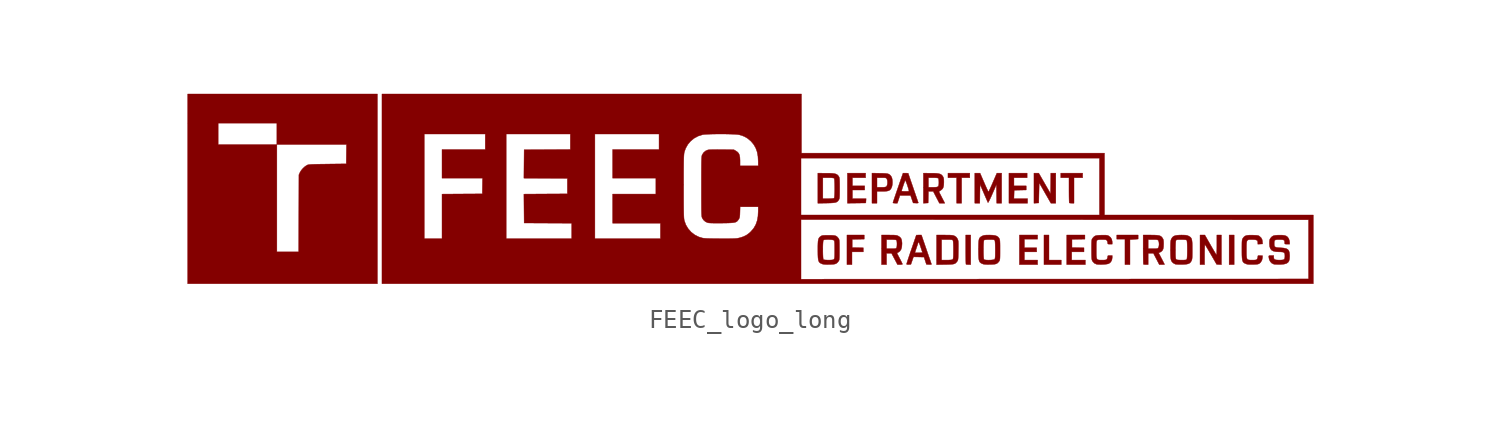
<source format=kicad_sym>
(kicad_symbol_lib
  (version 20220914)
  (generator kicad_symbol_editor)
  (symbol "FEEC_logo_long"
    (pin_names
      (offset 1.016))
    (property "Reference" "G"
      (at 0 4.411 0)
      (effects (font (size 1.27 1.27)) hide))
    (symbol "FEEC_logo_long_0_0"
      (polyline (pts (xy 25.788 -3.263) (xy 25.788 -2.474) (xy 25.655 -2.474) (xy 25.521 -2.474) (xy 25.521 -3.263) (xy 25.521 -4.051) (xy 25.655 -4.051) (xy 25.788 -4.051) (xy 25.788 -3.263)) (stroke (width 0.01) (type default)) (fill (type outline)))
      (polyline (pts (xy 16.569 -3.93) (xy 16.569 -3.809) (xy 16.242 -3.809) (xy 15.914 -3.809) (xy 15.914 -3.142) (xy 15.914 -2.474) (xy 15.781 -2.474) (xy 15.648 -2.474) (xy 15.648 -3.263) (xy 15.648 -4.051) (xy 16.108 -4.051) (xy 16.569 -4.051) (xy 16.569 -3.93)) (stroke (width 0.01) (type default)) (fill (type outline)))
      (polyline (pts (xy 11.257 -0.097) (xy 11.257 0.582) (xy 11.475 0.582) (xy 11.693 0.582) (xy 11.693 0.704) (xy 11.693 0.825) (xy 11.111 0.825) (xy 10.529 0.825) (xy 10.529 0.704) (xy 10.529 0.582) (xy 10.759 0.582) (xy 10.99 0.582) (xy 10.99 -0.097) (xy 10.99 -0.776) (xy 11.123 -0.776) (xy 11.257 -0.776) (xy 11.257 -0.097)) (stroke (width 0.01) (type default)) (fill (type outline)))
      (polyline (pts (xy 11.742 -3.263) (xy 11.742 -2.474) (xy 11.608 -2.474) (xy 11.475 -2.474) (xy 11.475 -3.247) (xy 11.475 -3.35) (xy 11.476 -3.532) (xy 11.478 -3.694) (xy 11.48 -3.831) (xy 11.483 -3.938) (xy 11.487 -4.008) (xy 11.491 -4.035) (xy 11.503 -4.04) (xy 11.553 -4.048) (xy 11.624 -4.051) (xy 11.742 -4.051) (xy 11.742 -3.263)) (stroke (width 0.01) (type default)) (fill (type outline)))
      (polyline (pts (xy 20.233 -3.386) (xy 20.233 -2.721) (xy 20.451 -2.704) (xy 20.669 -2.687) (xy 20.669 -2.58) (xy 20.669 -2.474) (xy 20.099 -2.474) (xy 19.529 -2.474) (xy 19.529 -2.584) (xy 19.529 -2.693) (xy 19.747 -2.693) (xy 19.966 -2.693) (xy 19.966 -3.372) (xy 19.966 -4.051) (xy 20.099 -4.051) (xy 20.233 -4.051) (xy 20.233 -3.386)) (stroke (width 0.01) (type default)) (fill (type outline)))
      (polyline (pts (xy 5.41 -3.712) (xy 5.41 -3.372) (xy 5.713 -3.372) (xy 6.016 -3.372) (xy 6.016 -3.264) (xy 6.016 -3.155) (xy 5.719 -3.148) (xy 5.422 -3.142) (xy 5.422 -2.923) (xy 5.422 -2.705) (xy 5.744 -2.698) (xy 6.065 -2.691) (xy 6.065 -2.583) (xy 6.065 -2.474) (xy 5.604 -2.474) (xy 5.143 -2.474) (xy 5.143 -3.263) (xy 5.143 -4.051) (xy 5.277 -4.051) (xy 5.41 -4.051) (xy 5.41 -3.712)) (stroke (width 0.01) (type default)) (fill (type outline)))
      (polyline (pts (xy 15.241 -0.771) (xy 15.369 -0.764) (xy 15.381 -0.226) (xy 15.393 0.312) (xy 15.705 -0.232) (xy 16.017 -0.776) (xy 16.147 -0.776) (xy 16.278 -0.776) (xy 16.278 0.024) (xy 16.278 0.825) (xy 16.145 0.825) (xy 16.012 0.825) (xy 16.006 0.278) (xy 15.999 -0.27) (xy 15.684 0.278) (xy 15.37 0.825) (xy 15.242 0.825) (xy 15.114 0.825) (xy 15.114 0.023) (xy 15.114 -0.779) (xy 15.241 -0.771)) (stroke (width 0.01) (type default)) (fill (type outline)))
      (polyline (pts (xy 5.659 -0.771) (xy 6.15 -0.764) (xy 6.157 -0.649) (xy 6.165 -0.534) (xy 5.799 -0.534) (xy 5.434 -0.534) (xy 5.434 -0.303) (xy 5.434 -0.073) (xy 5.762 -0.073) (xy 6.089 -0.073) (xy 6.089 0.036) (xy 6.089 0.146) (xy 5.762 0.146) (xy 5.434 0.146) (xy 5.434 0.364) (xy 5.434 0.582) (xy 5.786 0.582) (xy 6.138 0.582) (xy 6.138 0.704) (xy 6.138 0.825) (xy 5.652 0.825) (xy 5.167 0.825) (xy 5.167 0.024) (xy 5.167 -0.777) (xy 5.659 -0.771)) (stroke (width 0.01) (type default)) (fill (type outline)))
      (polyline (pts (xy 14.774 -0.655) (xy 14.774 -0.534) (xy 14.409 -0.534) (xy 14.045 -0.534) (xy 14.052 -0.309) (xy 14.059 -0.085) (xy 14.38 -0.078) (xy 14.701 -0.071) (xy 14.701 0.037) (xy 14.701 0.146) (xy 14.374 0.146) (xy 14.046 0.146) (xy 14.046 0.364) (xy 14.046 0.582) (xy 14.398 0.582) (xy 14.75 0.582) (xy 14.75 0.704) (xy 14.75 0.825) (xy 14.265 0.825) (xy 13.78 0.825) (xy 13.78 0.024) (xy 13.78 -0.776) (xy 14.277 -0.776) (xy 14.774 -0.776) (xy 14.774 -0.655)) (stroke (width 0.01) (type default)) (fill (type outline)))
      (polyline (pts (xy 15.308 -3.93) (xy 15.308 -3.809) (xy 14.956 -3.809) (xy 14.604 -3.809) (xy 14.604 -3.59) (xy 14.604 -3.372) (xy 14.932 -3.372) (xy 15.259 -3.372) (xy 15.259 -3.263) (xy 15.259 -3.154) (xy 14.932 -3.154) (xy 14.604 -3.154) (xy 14.604 -2.923) (xy 14.604 -2.693) (xy 14.956 -2.693) (xy 15.308 -2.693) (xy 15.308 -2.584) (xy 15.308 -2.474) (xy 14.823 -2.474) (xy 14.338 -2.474) (xy 14.338 -3.263) (xy 14.338 -4.051) (xy 14.823 -4.051) (xy 15.308 -4.051) (xy 15.308 -3.93)) (stroke (width 0.01) (type default)) (fill (type outline)))
      (polyline (pts (xy 17.249 -0.097) (xy 17.249 0.582) (xy 17.479 0.582) (xy 17.71 0.582) (xy 17.71 0.704) (xy 17.71 0.825) (xy 17.127 0.825) (xy 16.545 0.825) (xy 16.545 0.704) (xy 16.545 0.582) (xy 16.764 0.582) (xy 16.982 0.582) (xy 16.982 -0.081) (xy 16.982 -0.091) (xy 16.983 -0.265) (xy 16.984 -0.423) (xy 16.987 -0.557) (xy 16.99 -0.663) (xy 16.994 -0.733) (xy 16.998 -0.76) (xy 17.009 -0.765) (xy 17.06 -0.773) (xy 17.131 -0.776) (xy 17.249 -0.776) (xy 17.249 -0.097)) (stroke (width 0.01) (type default)) (fill (type outline)))
      (polyline (pts (xy 17.855 -3.93) (xy 17.855 -3.809) (xy 17.491 -3.809) (xy 17.127 -3.809) (xy 17.127 -3.59) (xy 17.127 -3.372) (xy 17.455 -3.372) (xy 17.782 -3.372) (xy 17.782 -3.264) (xy 17.782 -3.155) (xy 17.461 -3.148) (xy 17.14 -3.142) (xy 17.14 -2.923) (xy 17.14 -2.705) (xy 17.485 -2.698) (xy 17.831 -2.692) (xy 17.831 -2.583) (xy 17.831 -2.474) (xy 17.346 -2.474) (xy 16.861 -2.474) (xy 16.861 -3.263) (xy 16.861 -4.051) (xy 17.358 -4.051) (xy 17.855 -4.051) (xy 17.855 -3.93)) (stroke (width 0.01) (type default)) (fill (type outline)))
      (polyline (pts (xy 25.109 -3.264) (xy 25.109 -2.474) (xy 24.988 -2.474) (xy 24.866 -2.474) (xy 24.866 -3.01) (xy 24.866 -3.068) (xy 24.865 -3.223) (xy 24.861 -3.352) (xy 24.857 -3.451) (xy 24.851 -3.512) (xy 24.845 -3.531) (xy 24.833 -3.517) (xy 24.8 -3.465) (xy 24.749 -3.381) (xy 24.683 -3.271) (xy 24.607 -3.141) (xy 24.524 -2.996) (xy 24.225 -2.474) (xy 24.097 -2.474) (xy 23.969 -2.474) (xy 23.969 -3.263) (xy 23.969 -4.051) (xy 24.09 -4.051) (xy 24.211 -4.051) (xy 24.211 -3.518) (xy 24.211 -3.446) (xy 24.213 -3.298) (xy 24.216 -3.171) (xy 24.22 -3.072) (xy 24.224 -3.007) (xy 24.23 -2.984) (xy 24.241 -2.998) (xy 24.275 -3.048) (xy 24.326 -3.13) (xy 24.391 -3.239) (xy 24.467 -3.368) (xy 24.551 -3.512) (xy 24.854 -4.039) (xy 24.982 -4.047) (xy 25.109 -4.054) (xy 25.109 -3.264)) (stroke (width 0.01) (type default)) (fill (type outline)))
      (polyline (pts (xy 12.232 -0.275) (xy 12.239 0.227) (xy 12.443 -0.244) (xy 12.462 -0.289) (xy 12.522 -0.427) (xy 12.575 -0.549) (xy 12.618 -0.648) (xy 12.648 -0.716) (xy 12.662 -0.747) (xy 12.667 -0.746) (xy 12.689 -0.714) (xy 12.726 -0.646) (xy 12.774 -0.547) (xy 12.832 -0.423) (xy 12.895 -0.279) (xy 13.112 0.218) (xy 13.119 -0.279) (xy 13.126 -0.776) (xy 13.258 -0.776) (xy 13.391 -0.776) (xy 13.391 0.024) (xy 13.391 0.825) (xy 13.264 0.825) (xy 13.137 0.825) (xy 12.921 0.328) (xy 12.891 0.257) (xy 12.83 0.12) (xy 12.777 0.003) (xy 12.733 -0.089) (xy 12.703 -0.148) (xy 12.688 -0.17) (xy 12.683 -0.165) (xy 12.661 -0.124) (xy 12.624 -0.048) (xy 12.575 0.057) (xy 12.518 0.184) (xy 12.455 0.328) (xy 12.24 0.825) (xy 12.1 0.825) (xy 11.96 0.825) (xy 11.96 0.024) (xy 11.96 -0.776) (xy 12.093 -0.776) (xy 12.226 -0.776) (xy 12.232 -0.275)) (stroke (width 0.01) (type default)) (fill (type outline)))
      (polyline (pts (xy -19.893 -0.012) (xy -19.893 5.046) (xy -24.951 5.046) (xy -30.009 5.046) (xy -30.009 3.493) (xy -28.384 3.493) (xy -26.819 3.493) (xy -25.254 3.493) (xy -25.254 2.923) (xy -25.254 2.353) (xy -23.398 2.353) (xy -21.542 2.353) (xy -21.548 1.838) (xy -21.555 1.322) (xy -22.549 1.31) (xy -22.67 1.308) (xy -22.9 1.305) (xy -23.089 1.302) (xy -23.24 1.298) (xy -23.359 1.294) (xy -23.451 1.289) (xy -23.52 1.283) (xy -23.57 1.276) (xy -23.607 1.267) (xy -23.635 1.257) (xy -23.638 1.255) (xy -23.747 1.187) (xy -23.857 1.089) (xy -23.953 0.978) (xy -24.021 0.866) (xy -24.078 0.74) (xy -24.084 -1.316) (xy -24.091 -3.372) (xy -24.673 -3.372) (xy -25.254 -3.372) (xy -25.254 -0.509) (xy -25.254 2.353) (xy -26.819 2.353) (xy -28.384 2.353) (xy -28.384 2.923) (xy -28.384 3.493) (xy -30.009 3.493) (xy -30.009 -0.012) (xy -30.009 -5.07) (xy -24.951 -5.07) (xy -19.893 -5.07) (xy -19.893 -0.012)) (stroke (width 0.01) (type default)) (fill (type outline)))
      (polyline (pts (xy 6.744 -0.461) (xy 6.744 -0.145) (xy 7.029 -0.145) (xy 7.152 -0.143) (xy 7.276 -0.133) (xy 7.367 -0.111) (xy 7.433 -0.073) (xy 7.483 -0.015) (xy 7.525 0.065) (xy 7.54 0.107) (xy 7.562 0.217) (xy 7.569 0.341) (xy 7.561 0.465) (xy 7.54 0.572) (xy 7.505 0.648) (xy 7.49 0.668) (xy 7.448 0.719) (xy 7.405 0.756) (xy 7.353 0.783) (xy 7.285 0.8) (xy 7.192 0.811) (xy 7.066 0.817) (xy 6.9 0.82) (xy 6.477 0.828) (xy 6.477 0.073) (xy 6.744 0.073) (xy 6.744 0.328) (xy 6.744 0.582) (xy 6.986 0.582) (xy 7.094 0.582) (xy 7.168 0.578) (xy 7.215 0.569) (xy 7.243 0.553) (xy 7.264 0.528) (xy 7.266 0.525) (xy 7.293 0.456) (xy 7.304 0.364) (xy 7.301 0.265) (xy 7.284 0.179) (xy 7.254 0.121) (xy 7.241 0.11) (xy 7.208 0.091) (xy 7.16 0.08) (xy 7.086 0.074) (xy 6.975 0.073) (xy 6.744 0.073) (xy 6.477 0.073) (xy 6.477 0.026) (xy 6.477 -0.776) (xy 6.611 -0.776) (xy 6.744 -0.776) (xy 6.744 -0.461)) (stroke (width 0.01) (type default)) (fill (type outline)))
      (polyline (pts (xy 9.633 -4.046) (xy 9.649 -4.035) (xy 9.645 -4.01) (xy 9.639 -3.996) (xy 9.619 -3.939) (xy 9.587 -3.846) (xy 9.544 -3.721) (xy 9.492 -3.572) (xy 9.434 -3.403) (xy 9.371 -3.22) (xy 9.115 -2.474) (xy 8.979 -2.474) (xy 8.843 -2.475) (xy 8.582 -3.233) (xy 8.54 -3.353) (xy 8.518 -3.421) (xy 8.761 -3.421) (xy 8.853 -3.148) (xy 8.888 -3.043) (xy 8.92 -2.947) (xy 8.944 -2.875) (xy 8.956 -2.838) (xy 8.957 -2.837) (xy 8.969 -2.848) (xy 8.993 -2.898) (xy 9.024 -2.978) (xy 9.061 -3.081) (xy 9.097 -3.191) (xy 9.129 -3.287) (xy 9.153 -3.356) (xy 9.164 -3.39) (xy 9.163 -3.401) (xy 9.136 -3.413) (xy 9.073 -3.419) (xy 8.968 -3.421) (xy 8.761 -3.421) (xy 8.518 -3.421) (xy 8.481 -3.528) (xy 8.428 -3.684) (xy 8.384 -3.818) (xy 8.35 -3.922) (xy 8.329 -3.993) (xy 8.321 -4.022) (xy 8.325 -4.034) (xy 8.36 -4.047) (xy 8.436 -4.047) (xy 8.552 -4.039) (xy 8.621 -3.838) (xy 8.691 -3.638) (xy 8.971 -3.644) (xy 9.251 -3.651) (xy 9.316 -3.845) (xy 9.38 -4.039) (xy 9.521 -4.047) (xy 9.586 -4.049) (xy 9.633 -4.046)) (stroke (width 0.01) (type default)) (fill (type outline)))
      (polyline (pts (xy 4.045 -0.772) (xy 4.12 -0.771) (xy 4.286 -0.765) (xy 4.413 -0.757) (xy 4.508 -0.743) (xy 4.579 -0.722) (xy 4.63 -0.692) (xy 4.671 -0.652) (xy 4.707 -0.599) (xy 4.714 -0.587) (xy 4.728 -0.557) (xy 4.738 -0.519) (xy 4.746 -0.467) (xy 4.75 -0.393) (xy 4.753 -0.291) (xy 4.754 -0.154) (xy 4.755 0.024) (xy 4.755 0.123) (xy 4.754 0.278) (xy 4.752 0.396) (xy 4.748 0.482) (xy 4.742 0.544) (xy 4.734 0.588) (xy 4.722 0.621) (xy 4.706 0.65) (xy 4.669 0.702) (xy 4.62 0.746) (xy 4.557 0.779) (xy 4.472 0.801) (xy 4.359 0.815) (xy 4.211 0.822) (xy 4.021 0.824) (xy 3.591 0.825) (xy 3.591 0.022) (xy 3.591 -0.534) (xy 3.857 -0.534) (xy 3.857 0.024) (xy 3.857 0.582) (xy 4.144 0.582) (xy 4.19 0.582) (xy 4.327 0.578) (xy 4.417 0.568) (xy 4.459 0.553) (xy 4.467 0.531) (xy 4.476 0.467) (xy 4.482 0.369) (xy 4.487 0.248) (xy 4.489 0.112) (xy 4.49 -0.029) (xy 4.488 -0.167) (xy 4.484 -0.293) (xy 4.478 -0.397) (xy 4.469 -0.47) (xy 4.459 -0.505) (xy 4.452 -0.509) (xy 4.397 -0.523) (xy 4.294 -0.531) (xy 4.144 -0.534) (xy 3.857 -0.534) (xy 3.591 -0.534) (xy 3.591 -0.78) (xy 4.045 -0.772)) (stroke (width 0.01) (type default)) (fill (type outline)))
      (polyline (pts (xy 9.346 -0.771) (xy 9.473 -0.764) (xy 9.48 -0.455) (xy 9.487 -0.145) (xy 9.615 -0.145) (xy 9.743 -0.145) (xy 9.907 -0.461) (xy 10.071 -0.776) (xy 10.216 -0.776) (xy 10.361 -0.776) (xy 10.208 -0.48) (xy 10.192 -0.448) (xy 10.138 -0.342) (xy 10.093 -0.255) (xy 10.062 -0.194) (xy 10.049 -0.167) (xy 10.049 -0.162) (xy 10.075 -0.136) (xy 10.127 -0.101) (xy 10.182 -0.064) (xy 10.245 -0.0003) (xy 10.284 0.081) (xy 10.304 0.19) (xy 10.31 0.337) (xy 10.31 0.359) (xy 10.308 0.468) (xy 10.3 0.543) (xy 10.284 0.599) (xy 10.258 0.649) (xy 10.233 0.686) (xy 10.185 0.736) (xy 10.125 0.773) (xy 10.045 0.798) (xy 9.937 0.814) (xy 9.796 0.822) (xy 9.613 0.824) (xy 9.219 0.825) (xy 9.219 0.073) (xy 9.486 0.073) (xy 9.486 0.328) (xy 9.486 0.582) (xy 9.736 0.582) (xy 9.757 0.582) (xy 9.886 0.578) (xy 9.973 0.569) (xy 10.014 0.553) (xy 10.029 0.519) (xy 10.04 0.443) (xy 10.044 0.339) (xy 10.043 0.273) (xy 10.037 0.194) (xy 10.023 0.145) (xy 9.999 0.113) (xy 9.969 0.094) (xy 9.918 0.081) (xy 9.838 0.075) (xy 9.72 0.073) (xy 9.486 0.073) (xy 9.219 0.073) (xy 9.219 0.023) (xy 9.219 -0.779) (xy 9.346 -0.771)) (stroke (width 0.01) (type default)) (fill (type outline)))
      (polyline (pts (xy 7.9 -0.57) (xy 7.967 -0.364) (xy 8.251 -0.364) (xy 8.534 -0.364) (xy 8.603 -0.564) (xy 8.673 -0.764) (xy 8.815 -0.771) (xy 8.875 -0.773) (xy 8.931 -0.768) (xy 8.948 -0.756) (xy 8.943 -0.739) (xy 8.922 -0.681) (xy 8.89 -0.586) (xy 8.847 -0.461) (xy 8.795 -0.31) (xy 8.736 -0.139) (xy 8.673 0.046) (xy 8.406 0.824) (xy 8.269 0.825) (xy 8.132 0.825) (xy 8.083 0.685) (xy 8.065 0.632) (xy 7.958 0.324) (xy 7.867 0.059) (xy 7.803 -0.127) (xy 8.054 -0.127) (xy 8.062 -0.092) (xy 8.083 -0.025) (xy 8.111 0.065) (xy 8.145 0.166) (xy 8.179 0.265) (xy 8.211 0.352) (xy 8.235 0.416) (xy 8.248 0.445) (xy 8.25 0.446) (xy 8.266 0.425) (xy 8.293 0.368) (xy 8.327 0.281) (xy 8.364 0.174) (xy 8.369 0.159) (xy 8.404 0.05) (xy 8.431 -0.041) (xy 8.446 -0.105) (xy 8.448 -0.132) (xy 8.428 -0.138) (xy 8.371 -0.143) (xy 8.294 -0.145) (xy 8.21 -0.145) (xy 8.133 -0.141) (xy 8.076 -0.136) (xy 8.054 -0.127) (xy 8.054 -0.127) (xy 7.803 -0.127) (xy 7.79 -0.165) (xy 7.727 -0.349) (xy 7.677 -0.496) (xy 7.639 -0.609) (xy 7.613 -0.688) (xy 7.598 -0.736) (xy 7.593 -0.755) (xy 7.601 -0.763) (xy 7.644 -0.772) (xy 7.713 -0.776) (xy 7.833 -0.776) (xy 7.9 -0.57)) (stroke (width 0.01) (type default)) (fill (type outline)))
      (polyline (pts (xy 7.254 -3.748) (xy 7.254 -3.445) (xy 7.386 -3.445) (xy 7.518 -3.445) (xy 7.679 -3.748) (xy 7.84 -4.051) (xy 7.971 -4.051) (xy 8.024 -4.049) (xy 8.081 -4.04) (xy 8.103 -4.027) (xy 8.103 -4.025) (xy 8.089 -3.991) (xy 8.057 -3.924) (xy 8.012 -3.833) (xy 7.957 -3.728) (xy 7.949 -3.712) (xy 7.895 -3.61) (xy 7.852 -3.525) (xy 7.822 -3.467) (xy 7.812 -3.442) (xy 7.814 -3.439) (xy 7.843 -3.417) (xy 7.896 -3.386) (xy 7.966 -3.335) (xy 8.029 -3.241) (xy 8.066 -3.113) (xy 8.079 -2.946) (xy 8.078 -2.892) (xy 8.064 -2.759) (xy 8.03 -2.66) (xy 7.971 -2.587) (xy 7.884 -2.529) (xy 7.87 -2.522) (xy 7.827 -2.504) (xy 7.781 -2.49) (xy 7.722 -2.482) (xy 7.642 -2.477) (xy 7.532 -2.475) (xy 7.382 -2.474) (xy 6.987 -2.474) (xy 6.987 -3.202) (xy 7.254 -3.202) (xy 7.254 -2.96) (xy 7.254 -2.717) (xy 7.504 -2.717) (xy 7.525 -2.717) (xy 7.654 -2.721) (xy 7.741 -2.731) (xy 7.783 -2.746) (xy 7.796 -2.776) (xy 7.806 -2.844) (xy 7.811 -2.931) (xy 7.809 -3.023) (xy 7.801 -3.103) (xy 7.787 -3.155) (xy 7.772 -3.175) (xy 7.745 -3.189) (xy 7.699 -3.198) (xy 7.623 -3.201) (xy 7.508 -3.202) (xy 7.254 -3.202) (xy 6.987 -3.202) (xy 6.987 -3.263) (xy 6.987 -4.051) (xy 7.12 -4.051) (xy 7.254 -4.051) (xy 7.254 -3.748)) (stroke (width 0.01) (type default)) (fill (type outline)))
      (polyline (pts (xy 10.382 -4.047) (xy 10.509 -4.045) (xy 10.652 -4.04) (xy 10.758 -4.032) (xy 10.837 -4.019) (xy 10.896 -3.999) (xy 10.941 -3.969) (xy 10.982 -3.927) (xy 11.025 -3.872) (xy 11.029 -3.866) (xy 11.045 -3.84) (xy 11.057 -3.806) (xy 11.066 -3.76) (xy 11.072 -3.692) (xy 11.076 -3.597) (xy 11.079 -3.467) (xy 11.082 -3.296) (xy 11.083 -3.227) (xy 11.085 -3.072) (xy 11.085 -2.955) (xy 11.082 -2.869) (xy 11.077 -2.805) (xy 11.068 -2.758) (xy 11.055 -2.719) (xy 11.038 -2.68) (xy 11.031 -2.667) (xy 10.971 -2.583) (xy 10.883 -2.525) (xy 10.868 -2.517) (xy 10.826 -2.501) (xy 10.777 -2.489) (xy 10.714 -2.482) (xy 10.627 -2.477) (xy 10.509 -2.475) (xy 10.351 -2.474) (xy 9.922 -2.474) (xy 9.922 -3.265) (xy 9.922 -3.809) (xy 10.189 -3.809) (xy 10.189 -3.263) (xy 10.189 -2.717) (xy 10.479 -2.717) (xy 10.528 -2.717) (xy 10.637 -2.719) (xy 10.71 -2.723) (xy 10.754 -2.731) (xy 10.78 -2.744) (xy 10.795 -2.764) (xy 10.801 -2.789) (xy 10.809 -2.861) (xy 10.815 -2.97) (xy 10.819 -3.109) (xy 10.82 -3.272) (xy 10.82 -3.3) (xy 10.819 -3.459) (xy 10.817 -3.576) (xy 10.812 -3.659) (xy 10.805 -3.715) (xy 10.795 -3.75) (xy 10.782 -3.771) (xy 10.773 -3.778) (xy 10.739 -3.793) (xy 10.682 -3.802) (xy 10.594 -3.807) (xy 10.466 -3.809) (xy 10.189 -3.809) (xy 9.922 -3.809) (xy 9.922 -4.055) (xy 10.382 -4.047)) (stroke (width 0.01) (type default)) (fill (type outline)))
      (polyline (pts (xy 21.203 -3.748) (xy 21.203 -3.445) (xy 21.343 -3.445) (xy 21.482 -3.446) (xy 21.64 -3.748) (xy 21.797 -4.051) (xy 21.937 -4.051) (xy 21.997 -4.05) (xy 22.054 -4.047) (xy 22.076 -4.042) (xy 22.075 -4.038) (xy 22.058 -4.002) (xy 22.023 -3.933) (xy 21.976 -3.84) (xy 21.919 -3.731) (xy 21.762 -3.429) (xy 21.846 -3.389) (xy 21.904 -3.356) (xy 21.963 -3.297) (xy 22.002 -3.217) (xy 22.022 -3.107) (xy 22.028 -2.957) (xy 22.028 -2.901) (xy 22.024 -2.804) (xy 22.016 -2.738) (xy 21.999 -2.688) (xy 21.973 -2.642) (xy 21.935 -2.59) (xy 21.889 -2.547) (xy 21.831 -2.515) (xy 21.756 -2.495) (xy 21.654 -2.482) (xy 21.519 -2.476) (xy 21.343 -2.474) (xy 20.936 -2.474) (xy 20.936 -3.202) (xy 21.203 -3.202) (xy 21.203 -2.96) (xy 21.203 -2.717) (xy 21.456 -2.717) (xy 21.473 -2.717) (xy 21.582 -2.718) (xy 21.654 -2.722) (xy 21.699 -2.731) (xy 21.727 -2.747) (xy 21.747 -2.771) (xy 21.755 -2.783) (xy 21.777 -2.858) (xy 21.785 -2.96) (xy 21.785 -2.986) (xy 21.773 -3.083) (xy 21.747 -3.148) (xy 21.745 -3.152) (xy 21.724 -3.175) (xy 21.695 -3.19) (xy 21.647 -3.198) (xy 21.571 -3.201) (xy 21.456 -3.202) (xy 21.203 -3.202) (xy 20.936 -3.202) (xy 20.936 -3.247) (xy 20.936 -3.35) (xy 20.937 -3.532) (xy 20.939 -3.694) (xy 20.942 -3.831) (xy 20.945 -3.938) (xy 20.948 -4.008) (xy 20.952 -4.035) (xy 20.964 -4.04) (xy 21.014 -4.048) (xy 21.086 -4.051) (xy 21.203 -4.051) (xy 21.203 -3.748)) (stroke (width 0.01) (type default)) (fill (type outline)))
      (polyline (pts (xy 26.801 -4.044) (xy 26.887 -4.041) (xy 26.987 -4.035) (xy 27.055 -4.025) (xy 27.103 -4.009) (xy 27.141 -3.987) (xy 27.195 -3.938) (xy 27.267 -3.825) (xy 27.297 -3.687) (xy 27.304 -3.578) (xy 27.177 -3.571) (xy 27.108 -3.568) (xy 27.067 -3.573) (xy 27.052 -3.592) (xy 27.05 -3.632) (xy 27.041 -3.689) (xy 27.012 -3.755) (xy 26.995 -3.776) (xy 26.968 -3.793) (xy 26.925 -3.803) (xy 26.854 -3.808) (xy 26.746 -3.809) (xy 26.699 -3.809) (xy 26.612 -3.807) (xy 26.548 -3.798) (xy 26.502 -3.776) (xy 26.472 -3.735) (xy 26.455 -3.669) (xy 26.446 -3.572) (xy 26.443 -3.439) (xy 26.443 -3.263) (xy 26.443 -3.182) (xy 26.444 -3.025) (xy 26.449 -2.908) (xy 26.461 -2.825) (xy 26.483 -2.77) (xy 26.519 -2.738) (xy 26.572 -2.723) (xy 26.644 -2.717) (xy 26.74 -2.717) (xy 26.743 -2.717) (xy 26.872 -2.721) (xy 26.96 -2.736) (xy 27.015 -2.765) (xy 27.042 -2.812) (xy 27.05 -2.88) (xy 27.05 -2.962) (xy 27.177 -2.955) (xy 27.304 -2.948) (xy 27.297 -2.826) (xy 27.281 -2.724) (xy 27.23 -2.624) (xy 27.137 -2.537) (xy 27.137 -2.536) (xy 27.102 -2.515) (xy 27.058 -2.5) (xy 26.995 -2.49) (xy 26.904 -2.484) (xy 26.775 -2.48) (xy 26.675 -2.478) (xy 26.541 -2.483) (xy 26.442 -2.499) (xy 26.366 -2.529) (xy 26.308 -2.576) (xy 26.256 -2.642) (xy 26.241 -2.665) (xy 26.227 -2.694) (xy 26.216 -2.73) (xy 26.209 -2.78) (xy 26.204 -2.85) (xy 26.202 -2.949) (xy 26.201 -3.081) (xy 26.201 -3.256) (xy 26.201 -3.387) (xy 26.203 -3.559) (xy 26.21 -3.692) (xy 26.222 -3.793) (xy 26.242 -3.867) (xy 26.271 -3.92) (xy 26.313 -3.959) (xy 26.367 -3.99) (xy 26.437 -4.018) (xy 26.453 -4.024) (xy 26.533 -4.039) (xy 26.647 -4.045) (xy 26.801 -4.044)) (stroke (width 0.01) (type default)) (fill (type outline)))
      (polyline (pts (xy 18.832 -4.041) (xy 18.951 -4.03) (xy 19.049 -4.014) (xy 19.112 -3.994) (xy 19.206 -3.918) (xy 19.266 -3.812) (xy 19.287 -3.681) (xy 19.287 -3.566) (xy 19.165 -3.566) (xy 19.11 -3.567) (xy 19.065 -3.574) (xy 19.047 -3.594) (xy 19.044 -3.634) (xy 19.035 -3.688) (xy 19.006 -3.755) (xy 18.989 -3.776) (xy 18.962 -3.793) (xy 18.919 -3.803) (xy 18.849 -3.808) (xy 18.741 -3.809) (xy 18.68 -3.809) (xy 18.597 -3.807) (xy 18.536 -3.797) (xy 18.493 -3.773) (xy 18.465 -3.73) (xy 18.448 -3.662) (xy 18.44 -3.562) (xy 18.438 -3.426) (xy 18.438 -3.247) (xy 18.438 -3.229) (xy 18.438 -3.07) (xy 18.44 -2.951) (xy 18.445 -2.867) (xy 18.452 -2.811) (xy 18.462 -2.776) (xy 18.476 -2.755) (xy 18.497 -2.74) (xy 18.545 -2.727) (xy 18.624 -2.719) (xy 18.741 -2.717) (xy 18.828 -2.718) (xy 18.906 -2.721) (xy 18.954 -2.73) (xy 18.984 -2.746) (xy 19.006 -2.771) (xy 19.03 -2.82) (xy 19.044 -2.892) (xy 19.045 -2.923) (xy 19.058 -2.948) (xy 19.093 -2.958) (xy 19.165 -2.96) (xy 19.287 -2.96) (xy 19.287 -2.842) (xy 19.286 -2.831) (xy 19.261 -2.702) (xy 19.195 -2.595) (xy 19.092 -2.516) (xy 19.058 -2.501) (xy 19.008 -2.487) (xy 18.94 -2.48) (xy 18.845 -2.478) (xy 18.712 -2.48) (xy 18.593 -2.484) (xy 18.482 -2.493) (xy 18.401 -2.511) (xy 18.339 -2.542) (xy 18.286 -2.588) (xy 18.233 -2.654) (xy 18.224 -2.666) (xy 18.209 -2.692) (xy 18.199 -2.726) (xy 18.192 -2.774) (xy 18.187 -2.843) (xy 18.184 -2.941) (xy 18.183 -3.073) (xy 18.183 -3.247) (xy 18.183 -3.353) (xy 18.184 -3.508) (xy 18.187 -3.625) (xy 18.192 -3.71) (xy 18.199 -3.771) (xy 18.209 -3.814) (xy 18.223 -3.845) (xy 18.248 -3.888) (xy 18.335 -3.979) (xy 18.442 -4.029) (xy 18.486 -4.037) (xy 18.586 -4.045) (xy 18.706 -4.046) (xy 18.832 -4.041)) (stroke (width 0.01) (type default)) (fill (type outline)))
      (polyline (pts (xy 28.238 -4.043) (xy 28.288 -4.041) (xy 28.449 -4.026) (xy 28.57 -3.994) (xy 28.655 -3.94) (xy 28.71 -3.861) (xy 28.739 -3.751) (xy 28.748 -3.606) (xy 28.747 -3.542) (xy 28.734 -3.408) (xy 28.702 -3.309) (xy 28.645 -3.239) (xy 28.557 -3.194) (xy 28.433 -3.167) (xy 28.267 -3.154) (xy 28.262 -3.154) (xy 28.128 -3.145) (xy 28.034 -3.132) (xy 27.975 -3.108) (xy 27.941 -3.07) (xy 27.926 -3.012) (xy 27.923 -2.929) (xy 27.924 -2.875) (xy 27.932 -2.801) (xy 27.955 -2.755) (xy 28.003 -2.73) (xy 28.082 -2.719) (xy 28.202 -2.717) (xy 28.244 -2.717) (xy 28.351 -2.722) (xy 28.42 -2.736) (xy 28.459 -2.765) (xy 28.477 -2.813) (xy 28.481 -2.885) (xy 28.481 -2.888) (xy 28.483 -2.929) (xy 28.498 -2.95) (xy 28.538 -2.958) (xy 28.614 -2.96) (xy 28.748 -2.96) (xy 28.747 -2.869) (xy 28.746 -2.846) (xy 28.729 -2.759) (xy 28.7 -2.674) (xy 28.689 -2.653) (xy 28.637 -2.579) (xy 28.566 -2.526) (xy 28.468 -2.494) (xy 28.337 -2.479) (xy 28.165 -2.478) (xy 28.114 -2.48) (xy 27.991 -2.489) (xy 27.9 -2.506) (xy 27.832 -2.537) (xy 27.775 -2.584) (xy 27.718 -2.654) (xy 27.697 -2.687) (xy 27.679 -2.739) (xy 27.671 -2.812) (xy 27.668 -2.919) (xy 27.679 -3.072) (xy 27.714 -3.19) (xy 27.777 -3.275) (xy 27.874 -3.331) (xy 28.007 -3.362) (xy 28.181 -3.372) (xy 28.266 -3.373) (xy 28.368 -3.381) (xy 28.434 -3.401) (xy 28.472 -3.438) (xy 28.489 -3.497) (xy 28.493 -3.585) (xy 28.492 -3.645) (xy 28.483 -3.72) (xy 28.457 -3.768) (xy 28.407 -3.795) (xy 28.324 -3.806) (xy 28.201 -3.809) (xy 28.179 -3.809) (xy 28.058 -3.804) (xy 27.977 -3.79) (xy 27.929 -3.762) (xy 27.905 -3.716) (xy 27.899 -3.649) (xy 27.899 -3.566) (xy 27.765 -3.566) (xy 27.706 -3.567) (xy 27.657 -3.573) (xy 27.637 -3.589) (xy 27.633 -3.621) (xy 27.633 -3.638) (xy 27.657 -3.775) (xy 27.714 -3.891) (xy 27.797 -3.978) (xy 27.902 -4.028) (xy 27.934 -4.034) (xy 28.016 -4.04) (xy 28.122 -4.043) (xy 28.238 -4.043)) (stroke (width 0.01) (type default)) (fill (type outline)))
      (polyline (pts (xy 12.778 -4.045) (xy 12.901 -4.04) (xy 13.011 -4.031) (xy 13.091 -4.013) (xy 13.152 -3.983) (xy 13.204 -3.937) (xy 13.257 -3.872) (xy 13.267 -3.857) (xy 13.281 -3.831) (xy 13.291 -3.797) (xy 13.298 -3.747) (xy 13.303 -3.677) (xy 13.305 -3.577) (xy 13.306 -3.443) (xy 13.306 -3.267) (xy 13.306 -3.193) (xy 13.306 -3.033) (xy 13.304 -2.912) (xy 13.3 -2.823) (xy 13.295 -2.759) (xy 13.286 -2.713) (xy 13.274 -2.679) (xy 13.258 -2.65) (xy 13.258 -2.649) (xy 13.203 -2.579) (xy 13.131 -2.53) (xy 13.033 -2.497) (xy 12.904 -2.48) (xy 12.734 -2.474) (xy 12.624 -2.475) (xy 12.529 -2.479) (xy 12.459 -2.489) (xy 12.403 -2.505) (xy 12.349 -2.529) (xy 12.339 -2.534) (xy 12.281 -2.568) (xy 12.237 -2.605) (xy 12.205 -2.651) (xy 12.182 -2.714) (xy 12.167 -2.8) (xy 12.159 -2.915) (xy 12.155 -3.066) (xy 12.154 -3.22) (xy 12.419 -3.22) (xy 12.421 -3.083) (xy 12.425 -2.958) (xy 12.431 -2.854) (xy 12.44 -2.78) (xy 12.45 -2.746) (xy 12.454 -2.743) (xy 12.505 -2.729) (xy 12.601 -2.72) (xy 12.74 -2.717) (xy 12.742 -2.717) (xy 12.858 -2.718) (xy 12.936 -2.722) (xy 12.984 -2.729) (xy 13.011 -2.743) (xy 13.027 -2.764) (xy 13.033 -2.789) (xy 13.041 -2.861) (xy 13.047 -2.97) (xy 13.05 -3.109) (xy 13.052 -3.272) (xy 13.052 -3.3) (xy 13.051 -3.459) (xy 13.049 -3.576) (xy 13.044 -3.659) (xy 13.037 -3.715) (xy 13.027 -3.75) (xy 13.014 -3.771) (xy 13.007 -3.776) (xy 12.955 -3.792) (xy 12.872 -3.803) (xy 12.771 -3.81) (xy 12.665 -3.811) (xy 12.567 -3.806) (xy 12.491 -3.796) (xy 12.45 -3.78) (xy 12.443 -3.764) (xy 12.434 -3.704) (xy 12.427 -3.611) (xy 12.422 -3.493) (xy 12.42 -3.36) (xy 12.419 -3.22) (xy 12.154 -3.22) (xy 12.154 -3.259) (xy 12.154 -3.342) (xy 12.156 -3.525) (xy 12.163 -3.667) (xy 12.175 -3.775) (xy 12.195 -3.855) (xy 12.224 -3.914) (xy 12.266 -3.956) (xy 12.32 -3.989) (xy 12.39 -4.018) (xy 12.422 -4.028) (xy 12.505 -4.04) (xy 12.621 -4.046) (xy 12.778 -4.045)) (stroke (width 0.01) (type default)) (fill (type outline)))
      (polyline (pts (xy 23.01 -4.044) (xy 23.105 -4.041) (xy 23.239 -4.03) (xy 23.339 -4.009) (xy 23.411 -3.975) (xy 23.466 -3.923) (xy 23.51 -3.852) (xy 23.524 -3.821) (xy 23.536 -3.782) (xy 23.545 -3.73) (xy 23.551 -3.659) (xy 23.554 -3.562) (xy 23.556 -3.43) (xy 23.556 -3.257) (xy 23.556 -3.227) (xy 23.555 -3.04) (xy 23.551 -2.896) (xy 23.541 -2.785) (xy 23.526 -2.703) (xy 23.501 -2.643) (xy 23.467 -2.598) (xy 23.421 -2.562) (xy 23.361 -2.529) (xy 23.316 -2.508) (xy 23.261 -2.491) (xy 23.195 -2.481) (xy 23.104 -2.476) (xy 22.977 -2.474) (xy 22.898 -2.475) (xy 22.748 -2.485) (xy 22.635 -2.507) (xy 22.551 -2.544) (xy 22.489 -2.6) (xy 22.442 -2.678) (xy 22.427 -2.711) (xy 22.413 -2.753) (xy 22.404 -2.804) (xy 22.398 -2.873) (xy 22.394 -2.966) (xy 22.392 -3.092) (xy 22.392 -3.259) (xy 22.392 -3.272) (xy 22.659 -3.272) (xy 22.659 -3.15) (xy 22.663 -3.005) (xy 22.668 -2.887) (xy 22.675 -2.805) (xy 22.684 -2.764) (xy 22.684 -2.764) (xy 22.7 -2.743) (xy 22.727 -2.729) (xy 22.775 -2.721) (xy 22.853 -2.718) (xy 22.97 -2.717) (xy 22.999 -2.717) (xy 23.131 -2.721) (xy 23.219 -2.731) (xy 23.26 -2.746) (xy 23.264 -2.754) (xy 23.273 -2.804) (xy 23.281 -2.889) (xy 23.286 -3.001) (xy 23.289 -3.131) (xy 23.29 -3.269) (xy 23.289 -3.406) (xy 23.286 -3.533) (xy 23.281 -3.641) (xy 23.274 -3.72) (xy 23.264 -3.762) (xy 23.25 -3.781) (xy 23.224 -3.796) (xy 23.178 -3.804) (xy 23.102 -3.808) (xy 22.987 -3.809) (xy 22.978 -3.809) (xy 22.858 -3.807) (xy 22.777 -3.801) (xy 22.726 -3.789) (xy 22.697 -3.771) (xy 22.694 -3.768) (xy 22.681 -3.746) (xy 22.672 -3.708) (xy 22.665 -3.649) (xy 22.661 -3.561) (xy 22.659 -3.437) (xy 22.659 -3.272) (xy 22.392 -3.272) (xy 22.392 -3.34) (xy 22.394 -3.507) (xy 22.399 -3.636) (xy 22.409 -3.734) (xy 22.424 -3.807) (xy 22.447 -3.862) (xy 22.478 -3.908) (xy 22.519 -3.95) (xy 22.58 -3.994) (xy 22.649 -4.027) (xy 22.695 -4.035) (xy 22.78 -4.041) (xy 22.889 -4.045) (xy 23.01 -4.044)) (stroke (width 0.01) (type default)) (fill (type outline)))
      (polyline (pts (xy 4.215 -4.045) (xy 4.337 -4.04) (xy 4.447 -4.031) (xy 4.527 -4.013) (xy 4.588 -3.983) (xy 4.64 -3.937) (xy 4.693 -3.872) (xy 4.704 -3.856) (xy 4.718 -3.83) (xy 4.728 -3.796) (xy 4.734 -3.746) (xy 4.739 -3.674) (xy 4.742 -3.575) (xy 4.743 -3.44) (xy 4.743 -3.263) (xy 4.743 -3.143) (xy 4.742 -2.994) (xy 4.74 -2.883) (xy 4.736 -2.802) (xy 4.73 -2.746) (xy 4.721 -2.707) (xy 4.709 -2.678) (xy 4.693 -2.654) (xy 4.668 -2.621) (xy 4.621 -2.568) (xy 4.571 -2.531) (xy 4.51 -2.507) (xy 4.428 -2.494) (xy 4.316 -2.488) (xy 4.165 -2.487) (xy 4.151 -2.487) (xy 4.018 -2.487) (xy 3.923 -2.49) (xy 3.857 -2.495) (xy 3.811 -2.506) (xy 3.775 -2.522) (xy 3.739 -2.545) (xy 3.7 -2.575) (xy 3.663 -2.614) (xy 3.635 -2.662) (xy 3.615 -2.725) (xy 3.602 -2.81) (xy 3.595 -2.924) (xy 3.591 -3.073) (xy 3.591 -3.22) (xy 3.856 -3.22) (xy 3.857 -3.083) (xy 3.861 -2.958) (xy 3.868 -2.854) (xy 3.876 -2.78) (xy 3.886 -2.746) (xy 3.893 -2.741) (xy 3.944 -2.727) (xy 4.027 -2.718) (xy 4.128 -2.715) (xy 4.234 -2.717) (xy 4.332 -2.725) (xy 4.408 -2.738) (xy 4.45 -2.755) (xy 4.453 -2.759) (xy 4.466 -2.781) (xy 4.475 -2.82) (xy 4.482 -2.88) (xy 4.486 -2.97) (xy 4.487 -3.094) (xy 4.488 -3.261) (xy 4.488 -3.394) (xy 4.487 -3.524) (xy 4.484 -3.617) (xy 4.479 -3.682) (xy 4.471 -3.724) (xy 4.459 -3.751) (xy 4.444 -3.769) (xy 4.443 -3.769) (xy 4.41 -3.789) (xy 4.358 -3.801) (xy 4.277 -3.807) (xy 4.157 -3.809) (xy 4.141 -3.809) (xy 4.014 -3.805) (xy 3.928 -3.795) (xy 3.886 -3.78) (xy 3.88 -3.764) (xy 3.87 -3.704) (xy 3.864 -3.611) (xy 3.859 -3.493) (xy 3.856 -3.36) (xy 3.856 -3.22) (xy 3.591 -3.22) (xy 3.591 -3.264) (xy 3.591 -3.337) (xy 3.593 -3.521) (xy 3.599 -3.664) (xy 3.611 -3.773) (xy 3.631 -3.854) (xy 3.66 -3.913) (xy 3.701 -3.956) (xy 3.756 -3.989) (xy 3.827 -4.018) (xy 3.858 -4.028) (xy 3.941 -4.04) (xy 4.058 -4.046) (xy 4.215 -4.045)) (stroke (width 0.01) (type default)) (fill (type outline)))
      (polyline (pts (xy 30.009 -3.239) (xy 30.009 -1.407) (xy 24.442 -1.407) (xy 18.874 -1.407) (xy 18.874 0.243) (xy 18.874 1.892) (xy 10.796 1.892) (xy 2.717 1.892) (xy 2.717 3.469) (xy 2.717 5.046) (xy -8.467 5.046) (xy -19.65 5.046) (xy -19.65 -0.012) (xy -19.65 -2.669) (xy -17.394 -2.669) (xy -17.394 0.121) (xy -17.394 2.911) (xy -15.769 2.911) (xy -14.143 2.911) (xy -14.143 2.499) (xy -14.143 2.086) (xy -15.296 2.086) (xy -16.448 2.086) (xy -16.448 1.322) (xy -16.448 0.558) (xy -15.368 0.558) (xy -14.288 0.558) (xy -14.294 0.14) (xy -14.301 -0.279) (xy -15.375 -0.285) (xy -16.448 -0.292) (xy -16.448 -1.48) (xy -16.448 -2.669) (xy -13.027 -2.669) (xy -13.027 0.121) (xy -13.027 2.911) (xy -11.317 2.911) (xy -9.607 2.911) (xy -9.607 2.499) (xy -9.607 2.087) (xy -10.838 2.08) (xy -12.069 2.074) (xy -12.076 1.316) (xy -12.082 0.558) (xy -10.923 0.552) (xy -9.765 0.546) (xy -9.765 0.133) (xy -9.765 -0.279) (xy -10.923 -0.285) (xy -12.082 -0.292) (xy -12.076 -1.062) (xy -12.069 -1.832) (xy -10.802 -1.838) (xy -9.534 -1.844) (xy -9.534 -2.256) (xy -9.534 -2.669) (xy -8.297 -2.669) (xy -8.297 0.121) (xy -8.297 2.911) (xy -6.587 2.911) (xy -4.876 2.911) (xy -4.876 2.499) (xy -4.876 2.086) (xy -6.114 2.086) (xy -7.351 2.086) (xy -7.351 1.322) (xy -7.351 0.558) (xy -6.198 0.558) (xy -5.046 0.558) (xy -5.046 0.198) (xy -3.566 0.198) (xy -3.566 0.521) (xy -3.566 0.8) (xy -3.565 1.038) (xy -3.563 1.24) (xy -3.562 1.408) (xy -3.559 1.546) (xy -3.556 1.658) (xy -3.552 1.747) (xy -3.547 1.817) (xy -3.542 1.872) (xy -3.535 1.915) (xy -3.528 1.949) (xy -3.459 2.147) (xy -3.341 2.357) (xy -3.187 2.538) (xy -3.002 2.688) (xy -2.789 2.802) (xy -2.554 2.876) (xy -2.535 2.879) (xy -2.442 2.89) (xy -2.31 2.898) (xy -2.148 2.905) (xy -1.963 2.91) (xy -1.764 2.912) (xy -1.558 2.913) (xy -1.353 2.912) (xy -1.157 2.908) (xy -0.978 2.903) (xy -0.823 2.896) (xy -0.702 2.886) (xy -0.621 2.875) (xy -0.553 2.859) (xy -0.339 2.785) (xy -0.151 2.677) (xy 0.023 2.529) (xy 0.164 2.363) (xy 0.276 2.173) (xy 0.353 1.96) (xy 0.398 1.718) (xy 0.412 1.441) (xy 0.412 1.213) (xy -0.073 1.213) (xy -0.558 1.213) (xy -0.558 1.472) (xy -0.558 1.51) (xy -0.566 1.667) (xy -0.588 1.786) (xy -0.627 1.876) (xy -0.688 1.948) (xy -0.773 2.008) (xy -0.885 2.074) (xy -1.533 2.082) (xy -1.548 2.082) (xy -1.773 2.083) (xy -1.962 2.082) (xy -2.11 2.078) (xy -2.217 2.072) (xy -2.277 2.063) (xy -2.385 2.017) (xy -2.496 1.927) (xy -2.574 1.808) (xy -2.575 1.807) (xy -2.584 1.784) (xy -2.592 1.758) (xy -2.598 1.723) (xy -2.603 1.677) (xy -2.608 1.615) (xy -2.611 1.534) (xy -2.614 1.43) (xy -2.616 1.299) (xy -2.617 1.139) (xy -2.618 0.944) (xy -2.619 0.712) (xy -2.619 0.439) (xy -2.619 0.121) (xy -2.619 0.092) (xy -2.619 -0.222) (xy -2.619 -0.491) (xy -2.618 -0.72) (xy -2.617 -0.911) (xy -2.616 -1.069) (xy -2.614 -1.197) (xy -2.611 -1.299) (xy -2.607 -1.378) (xy -2.603 -1.438) (xy -2.598 -1.484) (xy -2.591 -1.518) (xy -2.583 -1.544) (xy -2.574 -1.566) (xy -2.511 -1.666) (xy -2.405 -1.762) (xy -2.277 -1.82) (xy -2.275 -1.821) (xy -2.211 -1.829) (xy -2.102 -1.836) (xy -1.951 -1.839) (xy -1.76 -1.841) (xy -1.533 -1.839) (xy -1.478 -1.838) (xy -1.273 -1.835) (xy -1.109 -1.83) (xy -0.982 -1.822) (xy -0.883 -1.81) (xy -0.809 -1.793) (xy -0.753 -1.768) (xy -0.709 -1.736) (xy -0.672 -1.694) (xy -0.635 -1.642) (xy -0.624 -1.625) (xy -0.599 -1.581) (xy -0.583 -1.533) (xy -0.573 -1.471) (xy -0.566 -1.383) (xy -0.562 -1.257) (xy -0.554 -0.97) (xy -0.071 -0.97) (xy 0.412 -0.97) (xy 0.412 -1.199) (xy 0.402 -1.407) (xy 2.693 -1.407) (xy 2.693 0.109) (xy 2.693 1.625) (xy 10.65 1.625) (xy 18.607 1.625) (xy 18.607 0.109) (xy 18.607 -1.407) (xy 10.65 -1.407) (xy 2.693 -1.407) (xy 0.402 -1.407) (xy 0.399 -1.47) (xy 0.355 -1.711) (xy 0.28 -1.923) (xy 0.171 -2.112) (xy 0.026 -2.283) (xy -0.069 -2.372) (xy -0.217 -2.48) (xy -0.381 -2.56) (xy -0.576 -2.622) (xy -0.625 -2.633) (xy -0.68 -2.644) (xy -0.742 -2.652) (xy -0.816 -2.658) (xy -0.909 -2.662) (xy -1.027 -2.665) (xy -1.175 -2.667) (xy -1.359 -2.667) (xy -1.587 -2.667) (xy -1.694 -2.666) (xy -1.934 -2.664) (xy -2.13 -2.661) (xy -2.288 -2.657) (xy -2.41 -2.65) (xy -2.502 -2.642) (xy -2.566 -2.632) (xy -2.76 -2.573) (xy -2.974 -2.464) (xy -3.163 -2.318) (xy -3.321 -2.14) (xy -3.445 -1.935) (xy -3.528 -1.707) (xy -3.53 -1.7) (xy -3.537 -1.664) (xy -3.543 -1.618) (xy -3.549 -1.561) (xy -3.553 -1.486) (xy -3.557 -1.393) (xy -3.56 -1.275) (xy -3.562 -1.131) (xy -3.564 -0.956) (xy -3.565 -0.747) (xy -3.566 -0.5) (xy -3.566 -0.212) (xy -3.566 0.121) (xy -3.566 0.198) (xy -5.046 0.198) (xy -5.046 0.133) (xy -5.046 -0.291) (xy -6.198 -0.291) (xy -7.351 -0.291) (xy -7.351 -1.067) (xy -7.351 -1.844) (xy -6.077 -1.844) (xy -4.803 -1.844) (xy -4.803 -2.256) (xy -4.803 -2.669) (xy -6.55 -2.669) (xy -8.297 -2.669) (xy -9.534 -2.669) (xy -11.281 -2.669) (xy -13.027 -2.669) (xy -16.448 -2.669) (xy -16.921 -2.669) (xy -17.394 -2.669) (xy -19.65 -2.669) (xy -19.65 -4.828) (xy 2.693 -4.828) (xy 2.693 -3.239) (xy 2.693 -1.65) (xy 16.224 -1.656) (xy 29.755 -1.662) (xy 29.755 -3.239) (xy 29.755 -4.816) (xy 16.224 -4.822) (xy 2.693 -4.828) (xy -19.65 -4.828) (xy -19.65 -5.07) (xy 5.179 -5.07) (xy 30.009 -5.07) (xy 30.009 -3.239)) (stroke (width 0.01) (type default)) (fill (type outline))))))
</source>
